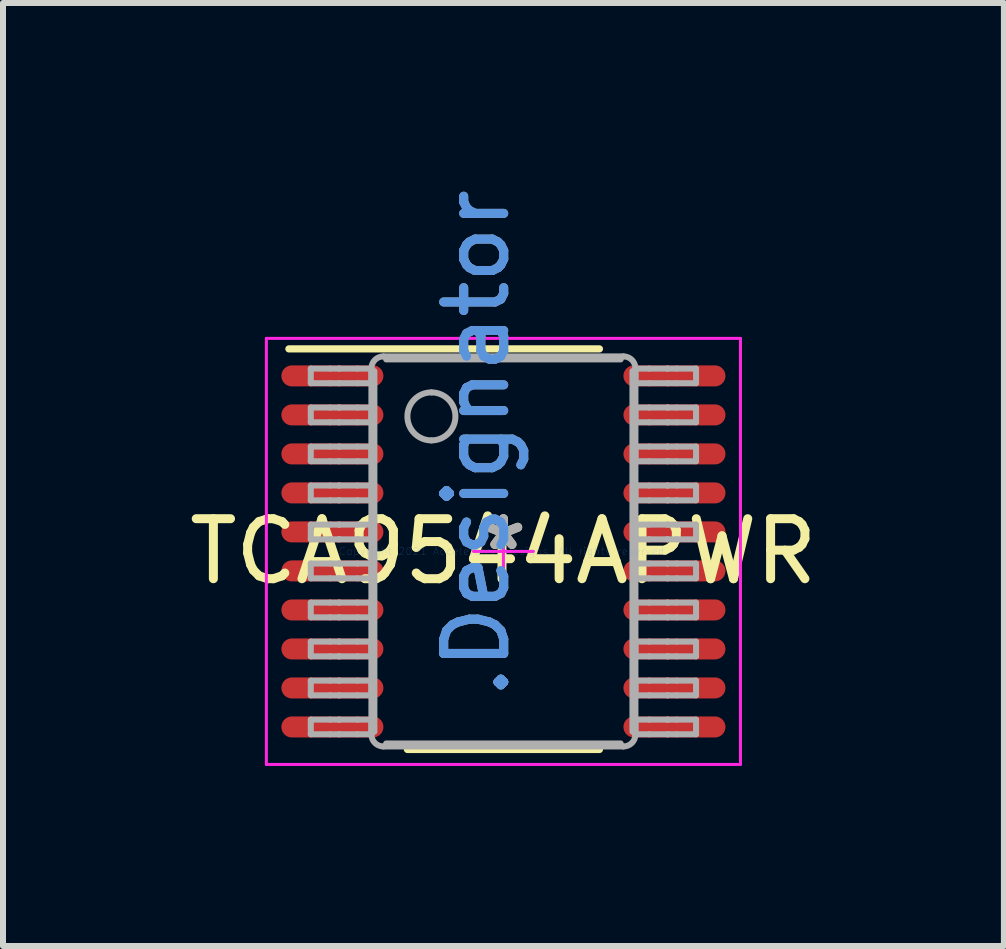
<source format=kicad_pcb>
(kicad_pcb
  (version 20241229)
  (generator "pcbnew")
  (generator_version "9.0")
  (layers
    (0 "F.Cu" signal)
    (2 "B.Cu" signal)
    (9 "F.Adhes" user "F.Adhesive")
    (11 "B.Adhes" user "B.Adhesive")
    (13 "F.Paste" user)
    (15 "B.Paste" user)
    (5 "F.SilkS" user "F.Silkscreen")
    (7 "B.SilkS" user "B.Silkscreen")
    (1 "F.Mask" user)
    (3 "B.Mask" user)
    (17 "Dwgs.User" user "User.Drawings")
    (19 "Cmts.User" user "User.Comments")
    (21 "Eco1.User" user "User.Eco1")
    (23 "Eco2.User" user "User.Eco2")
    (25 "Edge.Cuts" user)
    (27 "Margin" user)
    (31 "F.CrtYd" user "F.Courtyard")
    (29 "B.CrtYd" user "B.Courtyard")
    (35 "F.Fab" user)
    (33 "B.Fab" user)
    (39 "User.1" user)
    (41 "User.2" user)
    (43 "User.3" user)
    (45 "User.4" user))
  (footprint "TCA9544APWR"
    (layer "F.Cu")
    (at 5.339 6.139)
    (property "Reference" "TCA9544APWR" (at 0 0 0) (layer "F.SilkS") (effects (font (size 1 1) (thickness 0.15))))
    (attr through_hole)
    (fp_line (start -3.575 -3.375) (end 1.6 -3.375) (stroke (width 0.12) (type solid)) (layer "F.SilkS"))
    (fp_line (start -1.6 3.3) (end 1.6 3.3) (stroke (width 0.12) (type solid)) (layer "F.SilkS"))
    (fp_line (start -3.95 -3.55) (end 3.95 -3.55) (stroke (width 0.05) (type solid)) (layer "F.CrtYd"))
    (fp_line (start -3.95 3.55) (end -3.95 -3.55) (stroke (width 0.05) (type solid)) (layer "F.CrtYd"))
    (fp_line (start -3.95 3.55) (end 3.95 3.55) (stroke (width 0.05) (type solid)) (layer "F.CrtYd"))
    (fp_line (start -0.5 0) (end 0.5 0) (stroke (width 0.05) (type solid)) (layer "F.CrtYd"))
    (fp_line (start 0 0.5) (end 0 -0.5) (stroke (width 0.05) (type solid)) (layer "F.CrtYd"))
    (fp_line (start 3.95 3.55) (end 3.95 -3.55) (stroke (width 0.05) (type solid)) (layer "F.CrtYd"))
    (fp_line (start -3.21 -3.047) (end -2.887 -3.047) (stroke (width 0.1) (type solid)) (layer "F.Fab"))
    (fp_line (start -3.21 -2.803) (end -3.21 -3.047) (stroke (width 0.1) (type solid)) (layer "F.Fab"))
    (fp_line (start -3.21 -2.803) (end -2.887 -2.803) (stroke (width 0.1) (type solid)) (layer "F.Fab"))
    (fp_line (start -3.21 -2.398) (end -2.887 -2.398) (stroke (width 0.1) (type solid)) (layer "F.Fab"))
    (fp_line (start -3.21 -2.152) (end -3.21 -2.398) (stroke (width 0.1) (type solid)) (layer "F.Fab"))
    (fp_line (start -3.21 -2.152) (end -2.887 -2.152) (stroke (width 0.1) (type solid)) (layer "F.Fab"))
    (fp_line (start -3.21 -1.747) (end -2.887 -1.747) (stroke (width 0.1) (type solid)) (layer "F.Fab"))
    (fp_line (start -3.21 -1.503) (end -3.21 -1.747) (stroke (width 0.1) (type solid)) (layer "F.Fab"))
    (fp_line (start -3.21 -1.503) (end -2.887 -1.503) (stroke (width 0.1) (type solid)) (layer "F.Fab"))
    (fp_line (start -3.21 -1.098) (end -2.887 -1.098) (stroke (width 0.1) (type solid)) (layer "F.Fab"))
    (fp_line (start -3.21 -0.852) (end -3.21 -1.098) (stroke (width 0.1) (type solid)) (layer "F.Fab"))
    (fp_line (start -3.21 -0.852) (end -2.887 -0.852) (stroke (width 0.1) (type solid)) (layer "F.Fab"))
    (fp_line (start -3.21 -0.447) (end -2.887 -0.447) (stroke (width 0.1) (type solid)) (layer "F.Fab"))
    (fp_line (start -3.21 -0.202) (end -3.21 -0.447) (stroke (width 0.1) (type solid)) (layer "F.Fab"))
    (fp_line (start -3.21 -0.202) (end -2.887 -0.202) (stroke (width 0.1) (type solid)) (layer "F.Fab"))
    (fp_line (start -3.21 0.202) (end -2.887 0.202) (stroke (width 0.1) (type solid)) (layer "F.Fab"))
    (fp_line (start -3.21 0.448) (end -3.21 0.202) (stroke (width 0.1) (type solid)) (layer "F.Fab"))
    (fp_line (start -3.21 0.448) (end -2.887 0.448) (stroke (width 0.1) (type solid)) (layer "F.Fab"))
    (fp_line (start -3.21 0.853) (end -2.887 0.853) (stroke (width 0.1) (type solid)) (layer "F.Fab"))
    (fp_line (start -3.21 1.098) (end -3.21 0.853) (stroke (width 0.1) (type solid)) (layer "F.Fab"))
    (fp_line (start -3.21 1.098) (end -2.887 1.098) (stroke (width 0.1) (type solid)) (layer "F.Fab"))
    (fp_line (start -3.21 1.503) (end -2.887 1.503) (stroke (width 0.1) (type solid)) (layer "F.Fab"))
    (fp_line (start -3.21 1.748) (end -3.21 1.503) (stroke (width 0.1) (type solid)) (layer "F.Fab"))
    (fp_line (start -3.21 1.748) (end -2.887 1.748) (stroke (width 0.1) (type solid)) (layer "F.Fab"))
    (fp_line (start -3.21 2.153) (end -2.887 2.153) (stroke (width 0.1) (type solid)) (layer "F.Fab"))
    (fp_line (start -3.21 2.398) (end -3.21 2.153) (stroke (width 0.1) (type solid)) (layer "F.Fab"))
    (fp_line (start -3.21 2.398) (end -2.887 2.398) (stroke (width 0.1) (type solid)) (layer "F.Fab"))
    (fp_line (start -3.21 2.803) (end -2.887 2.803) (stroke (width 0.1) (type solid)) (layer "F.Fab"))
    (fp_line (start -3.21 3.047) (end -3.21 2.803) (stroke (width 0.1) (type solid)) (layer "F.Fab"))
    (fp_line (start -3.21 3.047) (end -2.887 3.047) (stroke (width 0.1) (type solid)) (layer "F.Fab"))
    (fp_line (start -2.887 -3.047) (end -2.739 -3.047) (stroke (width 0.1) (type solid)) (layer "F.Fab"))
    (fp_line (start -2.887 -2.803) (end -2.739 -2.803) (stroke (width 0.1) (type solid)) (layer "F.Fab"))
    (fp_line (start -2.887 -2.398) (end -2.739 -2.398) (stroke (width 0.1) (type solid)) (layer "F.Fab"))
    (fp_line (start -2.887 -2.152) (end -2.739 -2.152) (stroke (width 0.1) (type solid)) (layer "F.Fab"))
    (fp_line (start -2.887 -1.747) (end -2.739 -1.747) (stroke (width 0.1) (type solid)) (layer "F.Fab"))
    (fp_line (start -2.887 -1.503) (end -2.739 -1.503) (stroke (width 0.1) (type solid)) (layer "F.Fab"))
    (fp_line (start -2.887 -1.098) (end -2.739 -1.098) (stroke (width 0.1) (type solid)) (layer "F.Fab"))
    (fp_line (start -2.887 -0.852) (end -2.739 -0.852) (stroke (width 0.1) (type solid)) (layer "F.Fab"))
    (fp_line (start -2.887 -0.447) (end -2.739 -0.447) (stroke (width 0.1) (type solid)) (layer "F.Fab"))
    (fp_line (start -2.887 -0.202) (end -2.739 -0.202) (stroke (width 0.1) (type solid)) (layer "F.Fab"))
    (fp_line (start -2.887 0.202) (end -2.739 0.202) (stroke (width 0.1) (type solid)) (layer "F.Fab"))
    (fp_line (start -2.887 0.448) (end -2.739 0.448) (stroke (width 0.1) (type solid)) (layer "F.Fab"))
    (fp_line (start -2.887 0.853) (end -2.739 0.853) (stroke (width 0.1) (type solid)) (layer "F.Fab"))
    (fp_line (start -2.887 1.098) (end -2.739 1.098) (stroke (width 0.1) (type solid)) (layer "F.Fab"))
    (fp_line (start -2.887 1.503) (end -2.739 1.503) (stroke (width 0.1) (type solid)) (layer "F.Fab"))
    (fp_line (start -2.887 1.748) (end -2.739 1.748) (stroke (width 0.1) (type solid)) (layer "F.Fab"))
    (fp_line (start -2.887 2.153) (end -2.739 2.153) (stroke (width 0.1) (type solid)) (layer "F.Fab"))
    (fp_line (start -2.887 2.398) (end -2.739 2.398) (stroke (width 0.1) (type solid)) (layer "F.Fab"))
    (fp_line (start -2.887 2.803) (end -2.739 2.803) (stroke (width 0.1) (type solid)) (layer "F.Fab"))
    (fp_line (start -2.887 3.047) (end -2.739 3.047) (stroke (width 0.1) (type solid)) (layer "F.Fab"))
    (fp_line (start -2.739 -3.047) (end -2.733 -3.047) (stroke (width 0.1) (type solid)) (layer "F.Fab"))
    (fp_line (start -2.739 -2.803) (end -2.733 -2.803) (stroke (width 0.1) (type solid)) (layer "F.Fab"))
    (fp_line (start -2.739 -2.398) (end -2.733 -2.398) (stroke (width 0.1) (type solid)) (layer "F.Fab"))
    (fp_line (start -2.739 -2.152) (end -2.733 -2.152) (stroke (width 0.1) (type solid)) (layer "F.Fab"))
    (fp_line (start -2.739 -1.747) (end -2.733 -1.747) (stroke (width 0.1) (type solid)) (layer "F.Fab"))
    (fp_line (start -2.739 -1.503) (end -2.733 -1.503) (stroke (width 0.1) (type solid)) (layer "F.Fab"))
    (fp_line (start -2.739 -1.098) (end -2.733 -1.098) (stroke (width 0.1) (type solid)) (layer "F.Fab"))
    (fp_line (start -2.739 -0.852) (end -2.733 -0.852) (stroke (width 0.1) (type solid)) (layer "F.Fab"))
    (fp_line (start -2.739 -0.447) (end -2.733 -0.447) (stroke (width 0.1) (type solid)) (layer "F.Fab"))
    (fp_line (start -2.739 -0.202) (end -2.733 -0.202) (stroke (width 0.1) (type solid)) (layer "F.Fab"))
    (fp_line (start -2.739 0.202) (end -2.733 0.202) (stroke (width 0.1) (type solid)) (layer "F.Fab"))
    (fp_line (start -2.739 0.448) (end -2.733 0.448) (stroke (width 0.1) (type solid)) (layer "F.Fab"))
    (fp_line (start -2.739 0.853) (end -2.733 0.853) (stroke (width 0.1) (type solid)) (layer "F.Fab"))
    (fp_line (start -2.739 1.098) (end -2.733 1.098) (stroke (width 0.1) (type solid)) (layer "F.Fab"))
    (fp_line (start -2.739 1.503) (end -2.733 1.503) (stroke (width 0.1) (type solid)) (layer "F.Fab"))
    (fp_line (start -2.739 1.748) (end -2.733 1.748) (stroke (width 0.1) (type solid)) (layer "F.Fab"))
    (fp_line (start -2.739 2.153) (end -2.733 2.153) (stroke (width 0.1) (type solid)) (layer "F.Fab"))
    (fp_line (start -2.739 2.398) (end -2.733 2.398) (stroke (width 0.1) (type solid)) (layer "F.Fab"))
    (fp_line (start -2.739 2.803) (end -2.733 2.803) (stroke (width 0.1) (type solid)) (layer "F.Fab"))
    (fp_line (start -2.739 3.047) (end -2.733 3.047) (stroke (width 0.1) (type solid)) (layer "F.Fab"))
    (fp_line (start -2.733 -3.047) (end -2.431 -3.047) (stroke (width 0.1) (type solid)) (layer "F.Fab"))
    (fp_line (start -2.733 -2.803) (end -2.431 -2.803) (stroke (width 0.1) (type solid)) (layer "F.Fab"))
    (fp_line (start -2.733 -2.398) (end -2.431 -2.398) (stroke (width 0.1) (type solid)) (layer "F.Fab"))
    (fp_line (start -2.733 -2.152) (end -2.431 -2.152) (stroke (width 0.1) (type solid)) (layer "F.Fab"))
    (fp_line (start -2.733 -1.747) (end -2.431 -1.747) (stroke (width 0.1) (type solid)) (layer "F.Fab"))
    (fp_line (start -2.733 -1.503) (end -2.431 -1.503) (stroke (width 0.1) (type solid)) (layer "F.Fab"))
    (fp_line (start -2.733 -1.098) (end -2.431 -1.098) (stroke (width 0.1) (type solid)) (layer "F.Fab"))
    (fp_line (start -2.733 -0.852) (end -2.431 -0.852) (stroke (width 0.1) (type solid)) (layer "F.Fab"))
    (fp_line (start -2.733 -0.447) (end -2.431 -0.447) (stroke (width 0.1) (type solid)) (layer "F.Fab"))
    (fp_line (start -2.733 -0.202) (end -2.431 -0.202) (stroke (width 0.1) (type solid)) (layer "F.Fab"))
    (fp_line (start -2.733 0.202) (end -2.431 0.202) (stroke (width 0.1) (type solid)) (layer "F.Fab"))
    (fp_line (start -2.733 0.448) (end -2.431 0.448) (stroke (width 0.1) (type solid)) (layer "F.Fab"))
    (fp_line (start -2.733 0.853) (end -2.431 0.853) (stroke (width 0.1) (type solid)) (layer "F.Fab"))
    (fp_line (start -2.733 1.098) (end -2.431 1.098) (stroke (width 0.1) (type solid)) (layer "F.Fab"))
    (fp_line (start -2.733 1.503) (end -2.431 1.503) (stroke (width 0.1) (type solid)) (layer "F.Fab"))
    (fp_line (start -2.733 1.748) (end -2.431 1.748) (stroke (width 0.1) (type solid)) (layer "F.Fab"))
    (fp_line (start -2.733 2.153) (end -2.431 2.153) (stroke (width 0.1) (type solid)) (layer "F.Fab"))
    (fp_line (start -2.733 2.398) (end -2.431 2.398) (stroke (width 0.1) (type solid)) (layer "F.Fab"))
    (fp_line (start -2.733 2.803) (end -2.431 2.803) (stroke (width 0.1) (type solid)) (layer "F.Fab"))
    (fp_line (start -2.733 3.047) (end -2.431 3.047) (stroke (width 0.1) (type solid)) (layer "F.Fab"))
    (fp_line (start -2.431 -3.047) (end -2.2 -3.047) (stroke (width 0.1) (type solid)) (layer "F.Fab"))
    (fp_line (start -2.431 -2.803) (end -2.2 -2.803) (stroke (width 0.1) (type solid)) (layer "F.Fab"))
    (fp_line (start -2.431 -2.398) (end -2.2 -2.398) (stroke (width 0.1) (type solid)) (layer "F.Fab"))
    (fp_line (start -2.431 -2.152) (end -2.2 -2.152) (stroke (width 0.1) (type solid)) (layer "F.Fab"))
    (fp_line (start -2.431 -1.747) (end -2.2 -1.747) (stroke (width 0.1) (type solid)) (layer "F.Fab"))
    (fp_line (start -2.431 -1.503) (end -2.2 -1.503) (stroke (width 0.1) (type solid)) (layer "F.Fab"))
    (fp_line (start -2.431 -1.098) (end -2.2 -1.098) (stroke (width 0.1) (type solid)) (layer "F.Fab"))
    (fp_line (start -2.431 -0.852) (end -2.2 -0.852) (stroke (width 0.1) (type solid)) (layer "F.Fab"))
    (fp_line (start -2.431 -0.447) (end -2.2 -0.447) (stroke (width 0.1) (type solid)) (layer "F.Fab"))
    (fp_line (start -2.431 -0.202) (end -2.2 -0.202) (stroke (width 0.1) (type solid)) (layer "F.Fab"))
    (fp_line (start -2.431 0.202) (end -2.2 0.202) (stroke (width 0.1) (type solid)) (layer "F.Fab"))
    (fp_line (start -2.431 0.448) (end -2.2 0.448) (stroke (width 0.1) (type solid)) (layer "F.Fab"))
    (fp_line (start -2.431 0.853) (end -2.2 0.853) (stroke (width 0.1) (type solid)) (layer "F.Fab"))
    (fp_line (start -2.431 1.098) (end -2.2 1.098) (stroke (width 0.1) (type solid)) (layer "F.Fab"))
    (fp_line (start -2.431 1.503) (end -2.2 1.503) (stroke (width 0.1) (type solid)) (layer "F.Fab"))
    (fp_line (start -2.431 1.748) (end -2.2 1.748) (stroke (width 0.1) (type solid)) (layer "F.Fab"))
    (fp_line (start -2.431 2.153) (end -2.2 2.153) (stroke (width 0.1) (type solid)) (layer "F.Fab"))
    (fp_line (start -2.431 2.398) (end -2.2 2.398) (stroke (width 0.1) (type solid)) (layer "F.Fab"))
    (fp_line (start -2.431 2.803) (end -2.2 2.803) (stroke (width 0.1) (type solid)) (layer "F.Fab"))
    (fp_line (start -2.431 3.047) (end -2.2 3.047) (stroke (width 0.1) (type solid)) (layer "F.Fab"))
    (fp_line (start -2.2 -2.803) (end -2.2 -3.047) (stroke (width 0.1) (type solid)) (layer "F.Fab"))
    (fp_line (start -2.2 -2.152) (end -2.2 -2.398) (stroke (width 0.1) (type solid)) (layer "F.Fab"))
    (fp_line (start -2.2 -1.503) (end -2.2 -1.747) (stroke (width 0.1) (type solid)) (layer "F.Fab"))
    (fp_line (start -2.2 -0.852) (end -2.2 -1.098) (stroke (width 0.1) (type solid)) (layer "F.Fab"))
    (fp_line (start -2.2 -0.202) (end -2.2 -0.447) (stroke (width 0.1) (type solid)) (layer "F.Fab"))
    (fp_line (start -2.2 0.448) (end -2.2 0.202) (stroke (width 0.1) (type solid)) (layer "F.Fab"))
    (fp_line (start -2.2 1.098) (end -2.2 0.853) (stroke (width 0.1) (type solid)) (layer "F.Fab"))
    (fp_line (start -2.2 1.748) (end -2.2 1.503) (stroke (width 0.1) (type solid)) (layer "F.Fab"))
    (fp_line (start -2.2 2.398) (end -2.2 2.153) (stroke (width 0.1) (type solid)) (layer "F.Fab"))
    (fp_line (start -2.2 3.047) (end -2.2 2.803) (stroke (width 0.1) (type solid)) (layer "F.Fab"))
    (fp_line (start -2.2 3.05) (end -2.2 -3.05) (stroke (width 0.1) (type solid)) (layer "F.Fab"))
    (fp_line (start -2.15 3.004) (end -2.15 -3.004) (stroke (width 0.1) (type solid)) (layer "F.Fab"))
    (fp_line (start -2 -3.25) (end 2 -3.25) (stroke (width 0.1) (type solid)) (layer "F.Fab"))
    (fp_line (start -2 3.25) (end 2 3.25) (stroke (width 0.1) (type solid)) (layer "F.Fab"))
    (fp_line (start -1.954 -3.2) (end 1.954 -3.2) (stroke (width 0.1) (type solid)) (layer "F.Fab"))
    (fp_line (start -1.954 3.2) (end 1.954 3.2) (stroke (width 0.1) (type solid)) (layer "F.Fab"))
    (fp_line (start 2.15 3.004) (end 2.15 -3.004) (stroke (width 0.1) (type solid)) (layer "F.Fab"))
    (fp_line (start 2.2 -3.047) (end 2.43 -3.047) (stroke (width 0.1) (type solid)) (layer "F.Fab"))
    (fp_line (start 2.2 -2.803) (end 2.2 -3.047) (stroke (width 0.1) (type solid)) (layer "F.Fab"))
    (fp_line (start 2.2 -2.803) (end 2.43 -2.803) (stroke (width 0.1) (type solid)) (layer "F.Fab"))
    (fp_line (start 2.2 -2.398) (end 2.43 -2.398) (stroke (width 0.1) (type solid)) (layer "F.Fab"))
    (fp_line (start 2.2 -2.152) (end 2.2 -2.398) (stroke (width 0.1) (type solid)) (layer "F.Fab"))
    (fp_line (start 2.2 -2.152) (end 2.43 -2.152) (stroke (width 0.1) (type solid)) (layer "F.Fab"))
    (fp_line (start 2.2 -1.747) (end 2.43 -1.747) (stroke (width 0.1) (type solid)) (layer "F.Fab"))
    (fp_line (start 2.2 -1.503) (end 2.2 -1.747) (stroke (width 0.1) (type solid)) (layer "F.Fab"))
    (fp_line (start 2.2 -1.503) (end 2.43 -1.503) (stroke (width 0.1) (type solid)) (layer "F.Fab"))
    (fp_line (start 2.2 -1.098) (end 2.43 -1.098) (stroke (width 0.1) (type solid)) (layer "F.Fab"))
    (fp_line (start 2.2 -0.852) (end 2.2 -1.098) (stroke (width 0.1) (type solid)) (layer "F.Fab"))
    (fp_line (start 2.2 -0.852) (end 2.43 -0.852) (stroke (width 0.1) (type solid)) (layer "F.Fab"))
    (fp_line (start 2.2 -0.447) (end 2.43 -0.447) (stroke (width 0.1) (type solid)) (layer "F.Fab"))
    (fp_line (start 2.2 -0.202) (end 2.2 -0.447) (stroke (width 0.1) (type solid)) (layer "F.Fab"))
    (fp_line (start 2.2 -0.202) (end 2.43 -0.202) (stroke (width 0.1) (type solid)) (layer "F.Fab"))
    (fp_line (start 2.2 0.202) (end 2.43 0.202) (stroke (width 0.1) (type solid)) (layer "F.Fab"))
    (fp_line (start 2.2 0.448) (end 2.2 0.202) (stroke (width 0.1) (type solid)) (layer "F.Fab"))
    (fp_line (start 2.2 0.448) (end 2.43 0.448) (stroke (width 0.1) (type solid)) (layer "F.Fab"))
    (fp_line (start 2.2 0.853) (end 2.43 0.853) (stroke (width 0.1) (type solid)) (layer "F.Fab"))
    (fp_line (start 2.2 1.098) (end 2.2 0.853) (stroke (width 0.1) (type solid)) (layer "F.Fab"))
    (fp_line (start 2.2 1.098) (end 2.43 1.098) (stroke (width 0.1) (type solid)) (layer "F.Fab"))
    (fp_line (start 2.2 1.503) (end 2.43 1.503) (stroke (width 0.1) (type solid)) (layer "F.Fab"))
    (fp_line (start 2.2 1.748) (end 2.2 1.503) (stroke (width 0.1) (type solid)) (layer "F.Fab"))
    (fp_line (start 2.2 1.748) (end 2.43 1.748) (stroke (width 0.1) (type solid)) (layer "F.Fab"))
    (fp_line (start 2.2 2.153) (end 2.43 2.153) (stroke (width 0.1) (type solid)) (layer "F.Fab"))
    (fp_line (start 2.2 2.398) (end 2.2 2.153) (stroke (width 0.1) (type solid)) (layer "F.Fab"))
    (fp_line (start 2.2 2.398) (end 2.43 2.398) (stroke (width 0.1) (type solid)) (layer "F.Fab"))
    (fp_line (start 2.2 2.803) (end 2.43 2.803) (stroke (width 0.1) (type solid)) (layer "F.Fab"))
    (fp_line (start 2.2 3.047) (end 2.2 2.803) (stroke (width 0.1) (type solid)) (layer "F.Fab"))
    (fp_line (start 2.2 3.047) (end 2.43 3.047) (stroke (width 0.1) (type solid)) (layer "F.Fab"))
    (fp_line (start 2.2 3.05) (end 2.2 -3.05) (stroke (width 0.1) (type solid)) (layer "F.Fab"))
    (fp_line (start 2.43 -3.047) (end 2.733 -3.047) (stroke (width 0.1) (type solid)) (layer "F.Fab"))
    (fp_line (start 2.43 -2.803) (end 2.733 -2.803) (stroke (width 0.1) (type solid)) (layer "F.Fab"))
    (fp_line (start 2.43 -2.398) (end 2.733 -2.398) (stroke (width 0.1) (type solid)) (layer "F.Fab"))
    (fp_line (start 2.43 -2.152) (end 2.733 -2.152) (stroke (width 0.1) (type solid)) (layer "F.Fab"))
    (fp_line (start 2.43 -1.747) (end 2.733 -1.747) (stroke (width 0.1) (type solid)) (layer "F.Fab"))
    (fp_line (start 2.43 -1.503) (end 2.733 -1.503) (stroke (width 0.1) (type solid)) (layer "F.Fab"))
    (fp_line (start 2.43 -1.098) (end 2.733 -1.098) (stroke (width 0.1) (type solid)) (layer "F.Fab"))
    (fp_line (start 2.43 -0.852) (end 2.733 -0.852) (stroke (width 0.1) (type solid)) (layer "F.Fab"))
    (fp_line (start 2.43 -0.447) (end 2.733 -0.447) (stroke (width 0.1) (type solid)) (layer "F.Fab"))
    (fp_line (start 2.43 -0.202) (end 2.733 -0.202) (stroke (width 0.1) (type solid)) (layer "F.Fab"))
    (fp_line (start 2.43 0.202) (end 2.733 0.202) (stroke (width 0.1) (type solid)) (layer "F.Fab"))
    (fp_line (start 2.43 0.448) (end 2.733 0.448) (stroke (width 0.1) (type solid)) (layer "F.Fab"))
    (fp_line (start 2.43 0.853) (end 2.733 0.853) (stroke (width 0.1) (type solid)) (layer "F.Fab"))
    (fp_line (start 2.43 1.098) (end 2.733 1.098) (stroke (width 0.1) (type solid)) (layer "F.Fab"))
    (fp_line (start 2.43 1.503) (end 2.733 1.503) (stroke (width 0.1) (type solid)) (layer "F.Fab"))
    (fp_line (start 2.43 1.748) (end 2.733 1.748) (stroke (width 0.1) (type solid)) (layer "F.Fab"))
    (fp_line (start 2.43 2.153) (end 2.733 2.153) (stroke (width 0.1) (type solid)) (layer "F.Fab"))
    (fp_line (start 2.43 2.398) (end 2.733 2.398) (stroke (width 0.1) (type solid)) (layer "F.Fab"))
    (fp_line (start 2.43 2.803) (end 2.733 2.803) (stroke (width 0.1) (type solid)) (layer "F.Fab"))
    (fp_line (start 2.43 3.047) (end 2.733 3.047) (stroke (width 0.1) (type solid)) (layer "F.Fab"))
    (fp_line (start 2.733 -3.047) (end 2.739 -3.047) (stroke (width 0.1) (type solid)) (layer "F.Fab"))
    (fp_line (start 2.733 -2.803) (end 2.739 -2.803) (stroke (width 0.1) (type solid)) (layer "F.Fab"))
    (fp_line (start 2.733 -2.398) (end 2.739 -2.398) (stroke (width 0.1) (type solid)) (layer "F.Fab"))
    (fp_line (start 2.733 -2.152) (end 2.739 -2.152) (stroke (width 0.1) (type solid)) (layer "F.Fab"))
    (fp_line (start 2.733 -1.747) (end 2.739 -1.747) (stroke (width 0.1) (type solid)) (layer "F.Fab"))
    (fp_line (start 2.733 -1.503) (end 2.739 -1.503) (stroke (width 0.1) (type solid)) (layer "F.Fab"))
    (fp_line (start 2.733 -1.098) (end 2.739 -1.098) (stroke (width 0.1) (type solid)) (layer "F.Fab"))
    (fp_line (start 2.733 -0.852) (end 2.739 -0.852) (stroke (width 0.1) (type solid)) (layer "F.Fab"))
    (fp_line (start 2.733 -0.447) (end 2.739 -0.447) (stroke (width 0.1) (type solid)) (layer "F.Fab"))
    (fp_line (start 2.733 -0.202) (end 2.739 -0.202) (stroke (width 0.1) (type solid)) (layer "F.Fab"))
    (fp_line (start 2.733 0.202) (end 2.739 0.202) (stroke (width 0.1) (type solid)) (layer "F.Fab"))
    (fp_line (start 2.733 0.448) (end 2.739 0.448) (stroke (width 0.1) (type solid)) (layer "F.Fab"))
    (fp_line (start 2.733 0.853) (end 2.739 0.853) (stroke (width 0.1) (type solid)) (layer "F.Fab"))
    (fp_line (start 2.733 1.098) (end 2.739 1.098) (stroke (width 0.1) (type solid)) (layer "F.Fab"))
    (fp_line (start 2.733 1.503) (end 2.739 1.503) (stroke (width 0.1) (type solid)) (layer "F.Fab"))
    (fp_line (start 2.733 1.748) (end 2.739 1.748) (stroke (width 0.1) (type solid)) (layer "F.Fab"))
    (fp_line (start 2.733 2.153) (end 2.739 2.153) (stroke (width 0.1) (type solid)) (layer "F.Fab"))
    (fp_line (start 2.733 2.398) (end 2.739 2.398) (stroke (width 0.1) (type solid)) (layer "F.Fab"))
    (fp_line (start 2.733 2.803) (end 2.739 2.803) (stroke (width 0.1) (type solid)) (layer "F.Fab"))
    (fp_line (start 2.733 3.047) (end 2.739 3.047) (stroke (width 0.1) (type solid)) (layer "F.Fab"))
    (fp_line (start 2.739 -3.047) (end 2.887 -3.047) (stroke (width 0.1) (type solid)) (layer "F.Fab"))
    (fp_line (start 2.739 -2.803) (end 2.887 -2.803) (stroke (width 0.1) (type solid)) (layer "F.Fab"))
    (fp_line (start 2.739 -2.398) (end 2.887 -2.398) (stroke (width 0.1) (type solid)) (layer "F.Fab"))
    (fp_line (start 2.739 -2.152) (end 2.887 -2.152) (stroke (width 0.1) (type solid)) (layer "F.Fab"))
    (fp_line (start 2.739 -1.747) (end 2.887 -1.747) (stroke (width 0.1) (type solid)) (layer "F.Fab"))
    (fp_line (start 2.739 -1.503) (end 2.887 -1.503) (stroke (width 0.1) (type solid)) (layer "F.Fab"))
    (fp_line (start 2.739 -1.098) (end 2.887 -1.098) (stroke (width 0.1) (type solid)) (layer "F.Fab"))
    (fp_line (start 2.739 -0.852) (end 2.887 -0.852) (stroke (width 0.1) (type solid)) (layer "F.Fab"))
    (fp_line (start 2.739 -0.447) (end 2.887 -0.447) (stroke (width 0.1) (type solid)) (layer "F.Fab"))
    (fp_line (start 2.739 -0.202) (end 2.887 -0.202) (stroke (width 0.1) (type solid)) (layer "F.Fab"))
    (fp_line (start 2.739 0.202) (end 2.887 0.202) (stroke (width 0.1) (type solid)) (layer "F.Fab"))
    (fp_line (start 2.739 0.448) (end 2.887 0.448) (stroke (width 0.1) (type solid)) (layer "F.Fab"))
    (fp_line (start 2.739 0.853) (end 2.887 0.853) (stroke (width 0.1) (type solid)) (layer "F.Fab"))
    (fp_line (start 2.739 1.098) (end 2.887 1.098) (stroke (width 0.1) (type solid)) (layer "F.Fab"))
    (fp_line (start 2.739 1.503) (end 2.887 1.503) (stroke (width 0.1) (type solid)) (layer "F.Fab"))
    (fp_line (start 2.739 1.748) (end 2.887 1.748) (stroke (width 0.1) (type solid)) (layer "F.Fab"))
    (fp_line (start 2.739 2.153) (end 2.887 2.153) (stroke (width 0.1) (type solid)) (layer "F.Fab"))
    (fp_line (start 2.739 2.398) (end 2.887 2.398) (stroke (width 0.1) (type solid)) (layer "F.Fab"))
    (fp_line (start 2.739 2.803) (end 2.887 2.803) (stroke (width 0.1) (type solid)) (layer "F.Fab"))
    (fp_line (start 2.739 3.047) (end 2.887 3.047) (stroke (width 0.1) (type solid)) (layer "F.Fab"))
    (fp_line (start 2.887 -3.047) (end 3.21 -3.047) (stroke (width 0.1) (type solid)) (layer "F.Fab"))
    (fp_line (start 2.887 -2.803) (end 3.21 -2.803) (stroke (width 0.1) (type solid)) (layer "F.Fab"))
    (fp_line (start 2.887 -2.398) (end 3.21 -2.398) (stroke (width 0.1) (type solid)) (layer "F.Fab"))
    (fp_line (start 2.887 -2.152) (end 3.21 -2.152) (stroke (width 0.1) (type solid)) (layer "F.Fab"))
    (fp_line (start 2.887 -1.747) (end 3.21 -1.747) (stroke (width 0.1) (type solid)) (layer "F.Fab"))
    (fp_line (start 2.887 -1.503) (end 3.21 -1.503) (stroke (width 0.1) (type solid)) (layer "F.Fab"))
    (fp_line (start 2.887 -1.098) (end 3.21 -1.098) (stroke (width 0.1) (type solid)) (layer "F.Fab"))
    (fp_line (start 2.887 -0.852) (end 3.21 -0.852) (stroke (width 0.1) (type solid)) (layer "F.Fab"))
    (fp_line (start 2.887 -0.447) (end 3.21 -0.447) (stroke (width 0.1) (type solid)) (layer "F.Fab"))
    (fp_line (start 2.887 -0.202) (end 3.21 -0.202) (stroke (width 0.1) (type solid)) (layer "F.Fab"))
    (fp_line (start 2.887 0.202) (end 3.21 0.202) (stroke (width 0.1) (type solid)) (layer "F.Fab"))
    (fp_line (start 2.887 0.448) (end 3.21 0.448) (stroke (width 0.1) (type solid)) (layer "F.Fab"))
    (fp_line (start 2.887 0.853) (end 3.21 0.853) (stroke (width 0.1) (type solid)) (layer "F.Fab"))
    (fp_line (start 2.887 1.098) (end 3.21 1.098) (stroke (width 0.1) (type solid)) (layer "F.Fab"))
    (fp_line (start 2.887 1.503) (end 3.21 1.503) (stroke (width 0.1) (type solid)) (layer "F.Fab"))
    (fp_line (start 2.887 1.748) (end 3.21 1.748) (stroke (width 0.1) (type solid)) (layer "F.Fab"))
    (fp_line (start 2.887 2.153) (end 3.21 2.153) (stroke (width 0.1) (type solid)) (layer "F.Fab"))
    (fp_line (start 2.887 2.398) (end 3.21 2.398) (stroke (width 0.1) (type solid)) (layer "F.Fab"))
    (fp_line (start 2.887 2.803) (end 3.21 2.803) (stroke (width 0.1) (type solid)) (layer "F.Fab"))
    (fp_line (start 2.887 3.047) (end 3.21 3.047) (stroke (width 0.1) (type solid)) (layer "F.Fab"))
    (fp_line (start 3.21 -2.803) (end 3.21 -3.047) (stroke (width 0.1) (type solid)) (layer "F.Fab"))
    (fp_line (start 3.21 -2.152) (end 3.21 -2.398) (stroke (width 0.1) (type solid)) (layer "F.Fab"))
    (fp_line (start 3.21 -1.503) (end 3.21 -1.747) (stroke (width 0.1) (type solid)) (layer "F.Fab"))
    (fp_line (start 3.21 -0.852) (end 3.21 -1.098) (stroke (width 0.1) (type solid)) (layer "F.Fab"))
    (fp_line (start 3.21 -0.202) (end 3.21 -0.447) (stroke (width 0.1) (type solid)) (layer "F.Fab"))
    (fp_line (start 3.21 0.448) (end 3.21 0.202) (stroke (width 0.1) (type solid)) (layer "F.Fab"))
    (fp_line (start 3.21 1.098) (end 3.21 0.853) (stroke (width 0.1) (type solid)) (layer "F.Fab"))
    (fp_line (start 3.21 1.748) (end 3.21 1.503) (stroke (width 0.1) (type solid)) (layer "F.Fab"))
    (fp_line (start 3.21 2.398) (end 3.21 2.153) (stroke (width 0.1) (type solid)) (layer "F.Fab"))
    (fp_line (start 3.21 3.047) (end 3.21 2.803) (stroke (width 0.1) (type solid)) (layer "F.Fab"))
    (fp_arc (start -2.200026 -3.050002) (mid -2.141435 -3.191428) (end -2.000001 -3.250001) (stroke (width 0.1) (type solid)) (layer "F.Fab"))
    (fp_arc (start -2.000001 3.250011) (mid -2.141435 3.191438) (end -2.200026 3.050012) (stroke (width 0.1) (type solid)) (layer "F.Fab"))
    (fp_arc (start -1.200003 -2.650002) (mid -0.800004 -2.250003) (end -1.200003 -1.850004) (stroke (width 0.1) (type solid)) (layer "F.Fab"))
    (fp_arc (start -1.200003 -1.850004) (mid -1.600002 -2.250003) (end -1.200003 -2.650002) (stroke (width 0.1) (type solid)) (layer "F.Fab"))
    (fp_arc (start 1.999991 -3.250001) (mid 2.141412 -3.191423) (end 2.19999 -3.050002) (stroke (width 0.1) (type solid)) (layer "F.Fab"))
    (fp_arc (start 2.19999 3.050012) (mid 2.141412 3.191433) (end 1.999991 3.250011) (stroke (width 0.1) (type solid)) (layer "F.Fab"))
    (fp_text user "*" (at 0 0 0) (layer "F.SilkS") (effects (font (size 1 1) (thickness 0.15))))
    (fp_text user ".Designator" (at -0.45 -1.8 270) (layer "Cmts.User") (effects (font (size 1 1) (thickness 0.15))))
    (fp_text user "Copyright 2021 Accelerated Designs. All rights reserved." (at 0 0 0) (layer "Cmts.User") (effects (font (size 0.127 0.127) (thickness 0.002))))
    (fp_text user ".Designator" (at -0.45 -1.8 270) (layer "F.Fab") (effects (font (size 1 1) (thickness 0.15))))
    (fp_text user "*" (at 0 0 0) (layer "F.Fab") (effects (font (size 1 1) (thickness 0.15))))
    (pad "1" smd oval (at -2.85 -2.925 90) (size 0.35 1.7) (layers "F.Cu" "F.Mask" "F.Paste"))
    (pad "2" smd oval (at -2.85 -2.275 90) (size 0.35 1.7) (layers "F.Cu" "F.Mask" "F.Paste"))
    (pad "3" smd oval (at -2.85 -1.625 90) (size 0.35 1.7) (layers "F.Cu" "F.Mask" "F.Paste"))
    (pad "4" smd oval (at -2.85 -0.975 90) (size 0.35 1.7) (layers "F.Cu" "F.Mask" "F.Paste"))
    (pad "5" smd oval (at -2.85 -0.325 90) (size 0.35 1.7) (layers "F.Cu" "F.Mask" "F.Paste"))
    (pad "6" smd oval (at -2.85 0.325 90) (size 0.35 1.7) (layers "F.Cu" "F.Mask" "F.Paste"))
    (pad "7" smd oval (at -2.85 0.975 90) (size 0.35 1.7) (layers "F.Cu" "F.Mask" "F.Paste"))
    (pad "8" smd oval (at -2.85 1.625 90) (size 0.35 1.7) (layers "F.Cu" "F.Mask" "F.Paste"))
    (pad "9" smd oval (at -2.85 2.275 90) (size 0.35 1.7) (layers "F.Cu" "F.Mask" "F.Paste"))
    (pad "10" smd oval (at -2.85 2.925 90) (size 0.35 1.7) (layers "F.Cu" "F.Mask" "F.Paste"))
    (pad "11" smd oval (at 2.85 2.925 90) (size 0.35 1.7) (layers "F.Cu" "F.Mask" "F.Paste"))
    (pad "12" smd oval (at 2.85 2.275 90) (size 0.35 1.7) (layers "F.Cu" "F.Mask" "F.Paste"))
    (pad "13" smd oval (at 2.85 1.625 90) (size 0.35 1.7) (layers "F.Cu" "F.Mask" "F.Paste"))
    (pad "14" smd oval (at 2.85 0.975 90) (size 0.35 1.7) (layers "F.Cu" "F.Mask" "F.Paste"))
    (pad "15" smd oval (at 2.85 0.325 90) (size 0.35 1.7) (layers "F.Cu" "F.Mask" "F.Paste"))
    (pad "16" smd oval (at 2.85 -0.325 90) (size 0.35 1.7) (layers "F.Cu" "F.Mask" "F.Paste"))
    (pad "17" smd oval (at 2.85 -0.975 90) (size 0.35 1.7) (layers "F.Cu" "F.Mask" "F.Paste"))
    (pad "18" smd oval (at 2.85 -1.625 90) (size 0.35 1.7) (layers "F.Cu" "F.Mask" "F.Paste"))
    (pad "19" smd oval (at 2.85 -2.275 90) (size 0.35 1.7) (layers "F.Cu" "F.Mask" "F.Paste"))
    (pad "20" smd oval (at 2.85 -2.925 90) (size 0.35 1.7) (layers "F.Cu" "F.Mask" "F.Paste")))
  (gr_rect
    (start -3 -3)
    (end 13.679 12.714)
    (stroke (width 0.1) (type default))
    (fill no)
    (layer "Edge.Cuts")))
</source>
